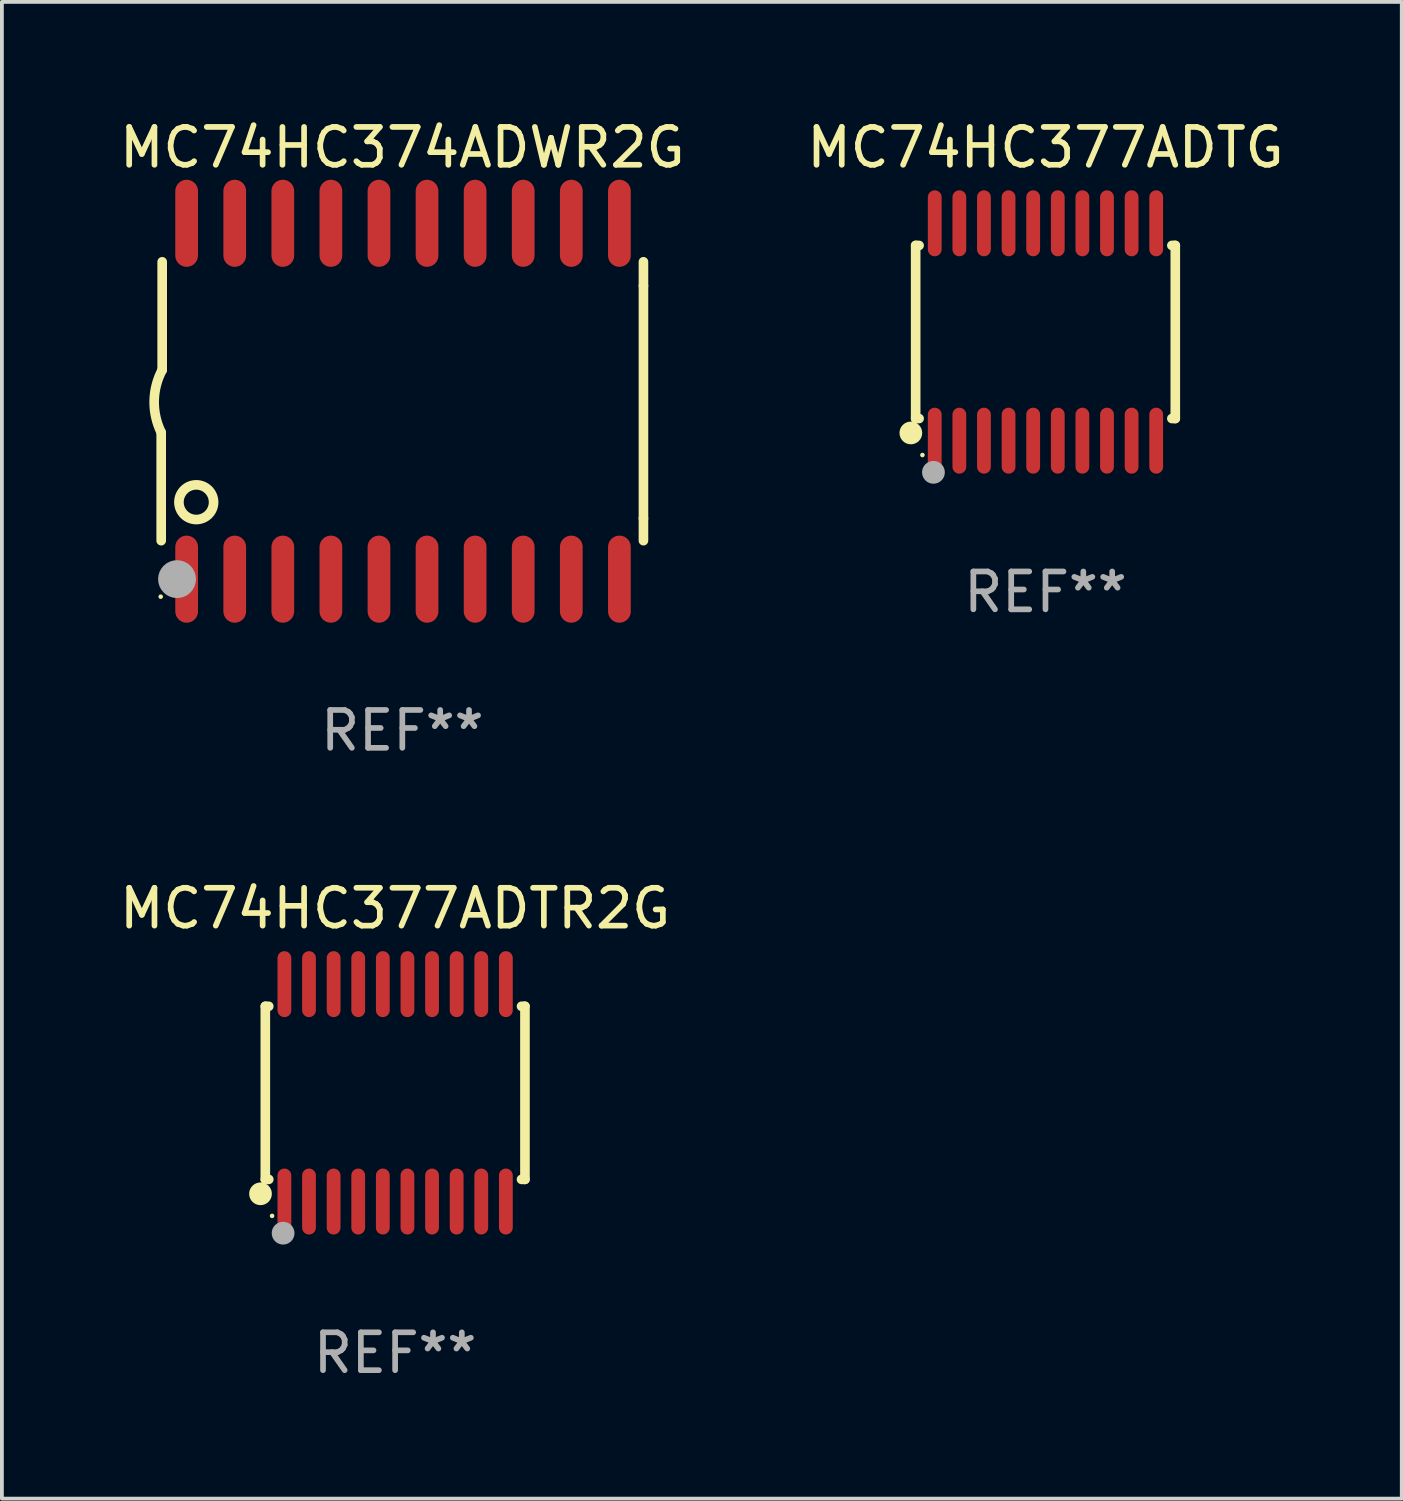
<source format=kicad_pcb>
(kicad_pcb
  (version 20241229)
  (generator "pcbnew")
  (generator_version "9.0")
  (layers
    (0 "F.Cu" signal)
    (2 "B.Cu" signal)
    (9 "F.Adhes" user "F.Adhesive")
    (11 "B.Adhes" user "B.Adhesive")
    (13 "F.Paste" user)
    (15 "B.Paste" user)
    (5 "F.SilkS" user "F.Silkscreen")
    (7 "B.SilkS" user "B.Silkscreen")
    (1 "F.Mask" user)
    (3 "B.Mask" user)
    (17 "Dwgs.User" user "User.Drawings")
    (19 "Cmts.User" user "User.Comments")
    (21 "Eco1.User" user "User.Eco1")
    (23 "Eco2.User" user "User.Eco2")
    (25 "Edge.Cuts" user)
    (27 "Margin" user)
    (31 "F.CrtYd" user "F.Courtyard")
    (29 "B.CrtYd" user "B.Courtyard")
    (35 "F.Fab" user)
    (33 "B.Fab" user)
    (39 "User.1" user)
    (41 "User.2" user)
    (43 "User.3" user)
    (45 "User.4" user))
  (footprint "MC74HC377ADTG"
    (layer "F.Cu")
    (at 24.565 5.719)
    (property "Reference" "MC74HC377ADTG" (at 0 -4.871 0) (layer "F.SilkS") (effects (font (size 1 1) (thickness 0.15))))
    (attr through_hole)
    (fp_line (start -3.429 -2.286) (end -3.429 2.286) (stroke (width 0.254) (type solid)) (layer "F.SilkS"))
    (fp_line (start -3.429 2.286) (end -3.338 2.286) (stroke (width 0.254) (type solid)) (layer "F.SilkS"))
    (fp_line (start -3.338 -2.286) (end -3.429 -2.286) (stroke (width 0.254) (type solid)) (layer "F.SilkS"))
    (fp_line (start 3.338 -2.286) (end 3.429 -2.286) (stroke (width 0.254) (type solid)) (layer "F.SilkS"))
    (fp_line (start 3.429 -2.286) (end 3.429 2.286) (stroke (width 0.254) (type solid)) (layer "F.SilkS"))
    (fp_line (start 3.429 2.286) (end 3.338 2.286) (stroke (width 0.254) (type solid)) (layer "F.SilkS"))
    (fp_circle (center -3.556 2.667) (end -3.406 2.667) (stroke (width 0.3) (type solid)) (fill no) (layer "F.SilkS"))
    (fp_circle (center -3.25 3.25) (end -3.22 3.25) (stroke (width 0.06) (type solid)) (fill no) (layer "F.SilkS"))
    (fp_circle (center -2.959 3.707) (end -2.808 3.707) (stroke (width 0.3) (type solid)) (fill no) (layer "F.Fab"))
    (fp_text user "REF**" (at 0 6.871 0) (layer "F.Fab") (effects (font (size 1 1) (thickness 0.15))))
    (pad "1" smd oval (at -2.925 2.871) (size 0.364 1.742) (layers "F.Cu" "F.Mask" "F.Paste"))
    (pad "2" smd oval (at -2.275 2.871) (size 0.364 1.742) (layers "F.Cu" "F.Mask" "F.Paste"))
    (pad "3" smd oval (at -1.625 2.871) (size 0.364 1.742) (layers "F.Cu" "F.Mask" "F.Paste"))
    (pad "4" smd oval (at -0.975 2.871) (size 0.364 1.742) (layers "F.Cu" "F.Mask" "F.Paste"))
    (pad "5" smd oval (at -0.325 2.871) (size 0.364 1.742) (layers "F.Cu" "F.Mask" "F.Paste"))
    (pad "6" smd oval (at 0.325 2.871) (size 0.364 1.742) (layers "F.Cu" "F.Mask" "F.Paste"))
    (pad "7" smd oval (at 0.975 2.871) (size 0.364 1.742) (layers "F.Cu" "F.Mask" "F.Paste"))
    (pad "8" smd oval (at 1.625 2.871) (size 0.364 1.742) (layers "F.Cu" "F.Mask" "F.Paste"))
    (pad "9" smd oval (at 2.275 2.871) (size 0.364 1.742) (layers "F.Cu" "F.Mask" "F.Paste"))
    (pad "10" smd oval (at 2.925 2.871) (size 0.364 1.742) (layers "F.Cu" "F.Mask" "F.Paste"))
    (pad "11" smd oval (at 2.925 -2.871) (size 0.364 1.742) (layers "F.Cu" "F.Mask" "F.Paste"))
    (pad "12" smd oval (at 2.275 -2.871) (size 0.364 1.742) (layers "F.Cu" "F.Mask" "F.Paste"))
    (pad "13" smd oval (at 1.625 -2.871) (size 0.364 1.742) (layers "F.Cu" "F.Mask" "F.Paste"))
    (pad "14" smd oval (at 0.975 -2.871) (size 0.364 1.742) (layers "F.Cu" "F.Mask" "F.Paste"))
    (pad "15" smd oval (at 0.325 -2.871) (size 0.364 1.742) (layers "F.Cu" "F.Mask" "F.Paste"))
    (pad "16" smd oval (at -0.325 -2.871) (size 0.364 1.742) (layers "F.Cu" "F.Mask" "F.Paste"))
    (pad "17" smd oval (at -0.975 -2.871) (size 0.364 1.742) (layers "F.Cu" "F.Mask" "F.Paste"))
    (pad "18" smd oval (at -1.625 -2.871) (size 0.364 1.742) (layers "F.Cu" "F.Mask" "F.Paste"))
    (pad "19" smd oval (at -2.275 -2.871) (size 0.364 1.742) (layers "F.Cu" "F.Mask" "F.Paste"))
    (pad "20" smd oval (at -2.925 -2.871) (size 0.364 1.742) (layers "F.Cu" "F.Mask" "F.Paste")))
  (footprint "MC74HC374ADWR2G"
    (layer "F.Cu")
    (at 7.577 7.548)
    (property "Reference" "MC74HC374ADWR2G" (at 0 -6.7 0) (layer "F.SilkS") (effects (font (size 1 1) (thickness 0.15))))
    (attr through_hole)
    (fp_line (start -6.369 0.826) (end -6.369 3.683) (stroke (width 0.254) (type solid)) (layer "F.SilkS"))
    (fp_line (start -6.343 -0.825) (end -6.343 -3.683) (stroke (width 0.254) (type solid)) (layer "F.SilkS"))
    (fp_line (start 6.369 -3.048) (end 6.369 -3.683) (stroke (width 0.254) (type solid)) (layer "F.SilkS"))
    (fp_line (start 6.369 -3.048) (end 6.369 3.096) (stroke (width 0.254) (type solid)) (layer "F.SilkS"))
    (fp_line (start 6.369 3.096) (end 6.369 3.683) (stroke (width 0.254) (type solid)) (layer "F.SilkS"))
    (fp_arc (start -6.36853 0.825552) (mid -6.554743 -0.00301) (end -6.343129 -0.825451) (stroke (width 0.254001) (type solid)) (layer "F.SilkS"))
    (fp_circle (center -6.382 5.163) (end -6.352 5.163) (stroke (width 0.06) (type solid)) (fill no) (layer "F.SilkS"))
    (fp_circle (center -5.443 2.667) (end -4.985 2.667) (stroke (width 0.254) (type solid)) (fill no) (layer "F.SilkS"))
    (fp_circle (center -5.951 4.699) (end -5.701 4.699) (stroke (width 0.5) (type solid)) (fill no) (layer "F.Fab"))
    (fp_text user "REF**" (at 0 8.7 0) (layer "F.Fab") (effects (font (size 1 1) (thickness 0.15))))
    (pad "1" smd oval (at -5.697 4.7 180) (size 0.6 2.3) (layers "F.Cu" "F.Mask" "F.Paste"))
    (pad "2" smd oval (at -4.427 4.7 180) (size 0.6 2.3) (layers "F.Cu" "F.Mask" "F.Paste"))
    (pad "3" smd oval (at -3.157 4.7 180) (size 0.6 2.3) (layers "F.Cu" "F.Mask" "F.Paste"))
    (pad "4" smd oval (at -1.887 4.7 180) (size 0.6 2.3) (layers "F.Cu" "F.Mask" "F.Paste"))
    (pad "5" smd oval (at -0.617 4.7 180) (size 0.6 2.3) (layers "F.Cu" "F.Mask" "F.Paste"))
    (pad "6" smd oval (at 0.653 4.7 180) (size 0.6 2.3) (layers "F.Cu" "F.Mask" "F.Paste"))
    (pad "7" smd oval (at 1.923 4.7 180) (size 0.6 2.3) (layers "F.Cu" "F.Mask" "F.Paste"))
    (pad "8" smd oval (at 3.193 4.7 180) (size 0.6 2.3) (layers "F.Cu" "F.Mask" "F.Paste"))
    (pad "9" smd oval (at 4.463 4.7 180) (size 0.6 2.3) (layers "F.Cu" "F.Mask" "F.Paste"))
    (pad "10" smd oval (at 5.734 4.7 180) (size 0.6 2.3) (layers "F.Cu" "F.Mask" "F.Paste"))
    (pad "11" smd oval (at 5.734 -4.7 180) (size 0.6 2.3) (layers "F.Cu" "F.Mask" "F.Paste"))
    (pad "12" smd oval (at 4.463 -4.7 180) (size 0.6 2.3) (layers "F.Cu" "F.Mask" "F.Paste"))
    (pad "13" smd oval (at 3.193 -4.7 180) (size 0.6 2.3) (layers "F.Cu" "F.Mask" "F.Paste"))
    (pad "14" smd oval (at 1.923 -4.7 180) (size 0.6 2.3) (layers "F.Cu" "F.Mask" "F.Paste"))
    (pad "15" smd oval (at 0.653 -4.7 180) (size 0.6 2.3) (layers "F.Cu" "F.Mask" "F.Paste"))
    (pad "16" smd oval (at -0.617 -4.7 180) (size 0.6 2.3) (layers "F.Cu" "F.Mask" "F.Paste"))
    (pad "17" smd oval (at -1.887 -4.7 180) (size 0.6 2.3) (layers "F.Cu" "F.Mask" "F.Paste"))
    (pad "18" smd oval (at -3.157 -4.7 180) (size 0.6 2.3) (layers "F.Cu" "F.Mask" "F.Paste"))
    (pad "19" smd oval (at -4.427 -4.7 180) (size 0.6 2.3) (layers "F.Cu" "F.Mask" "F.Paste"))
    (pad "20" smd oval (at -5.697 -4.7 180) (size 0.6 2.3) (layers "F.Cu" "F.Mask" "F.Paste")))
  (footprint "MC74HC377ADTR2G"
    (layer "F.Cu")
    (at 7.387 25.816)
    (property "Reference" "MC74HC377ADTR2G" (at 0 -4.871 0) (layer "F.SilkS") (effects (font (size 1 1) (thickness 0.15))))
    (attr through_hole)
    (fp_line (start -3.429 -2.286) (end -3.429 2.286) (stroke (width 0.254) (type solid)) (layer "F.SilkS"))
    (fp_line (start -3.429 2.286) (end -3.338 2.286) (stroke (width 0.254) (type solid)) (layer "F.SilkS"))
    (fp_line (start -3.338 -2.286) (end -3.429 -2.286) (stroke (width 0.254) (type solid)) (layer "F.SilkS"))
    (fp_line (start 3.338 -2.286) (end 3.429 -2.286) (stroke (width 0.254) (type solid)) (layer "F.SilkS"))
    (fp_line (start 3.429 -2.286) (end 3.429 2.286) (stroke (width 0.254) (type solid)) (layer "F.SilkS"))
    (fp_line (start 3.429 2.286) (end 3.338 2.286) (stroke (width 0.254) (type solid)) (layer "F.SilkS"))
    (fp_circle (center -3.556 2.667) (end -3.406 2.667) (stroke (width 0.3) (type solid)) (fill no) (layer "F.SilkS"))
    (fp_circle (center -3.25 3.25) (end -3.22 3.25) (stroke (width 0.06) (type solid)) (fill no) (layer "F.SilkS"))
    (fp_circle (center -2.959 3.707) (end -2.808 3.707) (stroke (width 0.3) (type solid)) (fill no) (layer "F.Fab"))
    (fp_text user "REF**" (at 0 6.871 0) (layer "F.Fab") (effects (font (size 1 1) (thickness 0.15))))
    (pad "1" smd oval (at -2.925 2.871) (size 0.364 1.742) (layers "F.Cu" "F.Mask" "F.Paste"))
    (pad "2" smd oval (at -2.275 2.871) (size 0.364 1.742) (layers "F.Cu" "F.Mask" "F.Paste"))
    (pad "3" smd oval (at -1.625 2.871) (size 0.364 1.742) (layers "F.Cu" "F.Mask" "F.Paste"))
    (pad "4" smd oval (at -0.975 2.871) (size 0.364 1.742) (layers "F.Cu" "F.Mask" "F.Paste"))
    (pad "5" smd oval (at -0.325 2.871) (size 0.364 1.742) (layers "F.Cu" "F.Mask" "F.Paste"))
    (pad "6" smd oval (at 0.325 2.871) (size 0.364 1.742) (layers "F.Cu" "F.Mask" "F.Paste"))
    (pad "7" smd oval (at 0.975 2.871) (size 0.364 1.742) (layers "F.Cu" "F.Mask" "F.Paste"))
    (pad "8" smd oval (at 1.625 2.871) (size 0.364 1.742) (layers "F.Cu" "F.Mask" "F.Paste"))
    (pad "9" smd oval (at 2.275 2.871) (size 0.364 1.742) (layers "F.Cu" "F.Mask" "F.Paste"))
    (pad "10" smd oval (at 2.925 2.871) (size 0.364 1.742) (layers "F.Cu" "F.Mask" "F.Paste"))
    (pad "11" smd oval (at 2.925 -2.871) (size 0.364 1.742) (layers "F.Cu" "F.Mask" "F.Paste"))
    (pad "12" smd oval (at 2.275 -2.871) (size 0.364 1.742) (layers "F.Cu" "F.Mask" "F.Paste"))
    (pad "13" smd oval (at 1.625 -2.871) (size 0.364 1.742) (layers "F.Cu" "F.Mask" "F.Paste"))
    (pad "14" smd oval (at 0.975 -2.871) (size 0.364 1.742) (layers "F.Cu" "F.Mask" "F.Paste"))
    (pad "15" smd oval (at 0.325 -2.871) (size 0.364 1.742) (layers "F.Cu" "F.Mask" "F.Paste"))
    (pad "16" smd oval (at -0.325 -2.871) (size 0.364 1.742) (layers "F.Cu" "F.Mask" "F.Paste"))
    (pad "17" smd oval (at -0.975 -2.871) (size 0.364 1.742) (layers "F.Cu" "F.Mask" "F.Paste"))
    (pad "18" smd oval (at -1.625 -2.871) (size 0.364 1.742) (layers "F.Cu" "F.Mask" "F.Paste"))
    (pad "19" smd oval (at -2.275 -2.871) (size 0.364 1.742) (layers "F.Cu" "F.Mask" "F.Paste"))
    (pad "20" smd oval (at -2.925 -2.871) (size 0.364 1.742) (layers "F.Cu" "F.Mask" "F.Paste")))
  (gr_rect
    (start -3 -3)
    (end 33.976 36.535)
    (stroke (width 0.1) (type default))
    (fill no)
    (layer "Edge.Cuts")))
</source>
